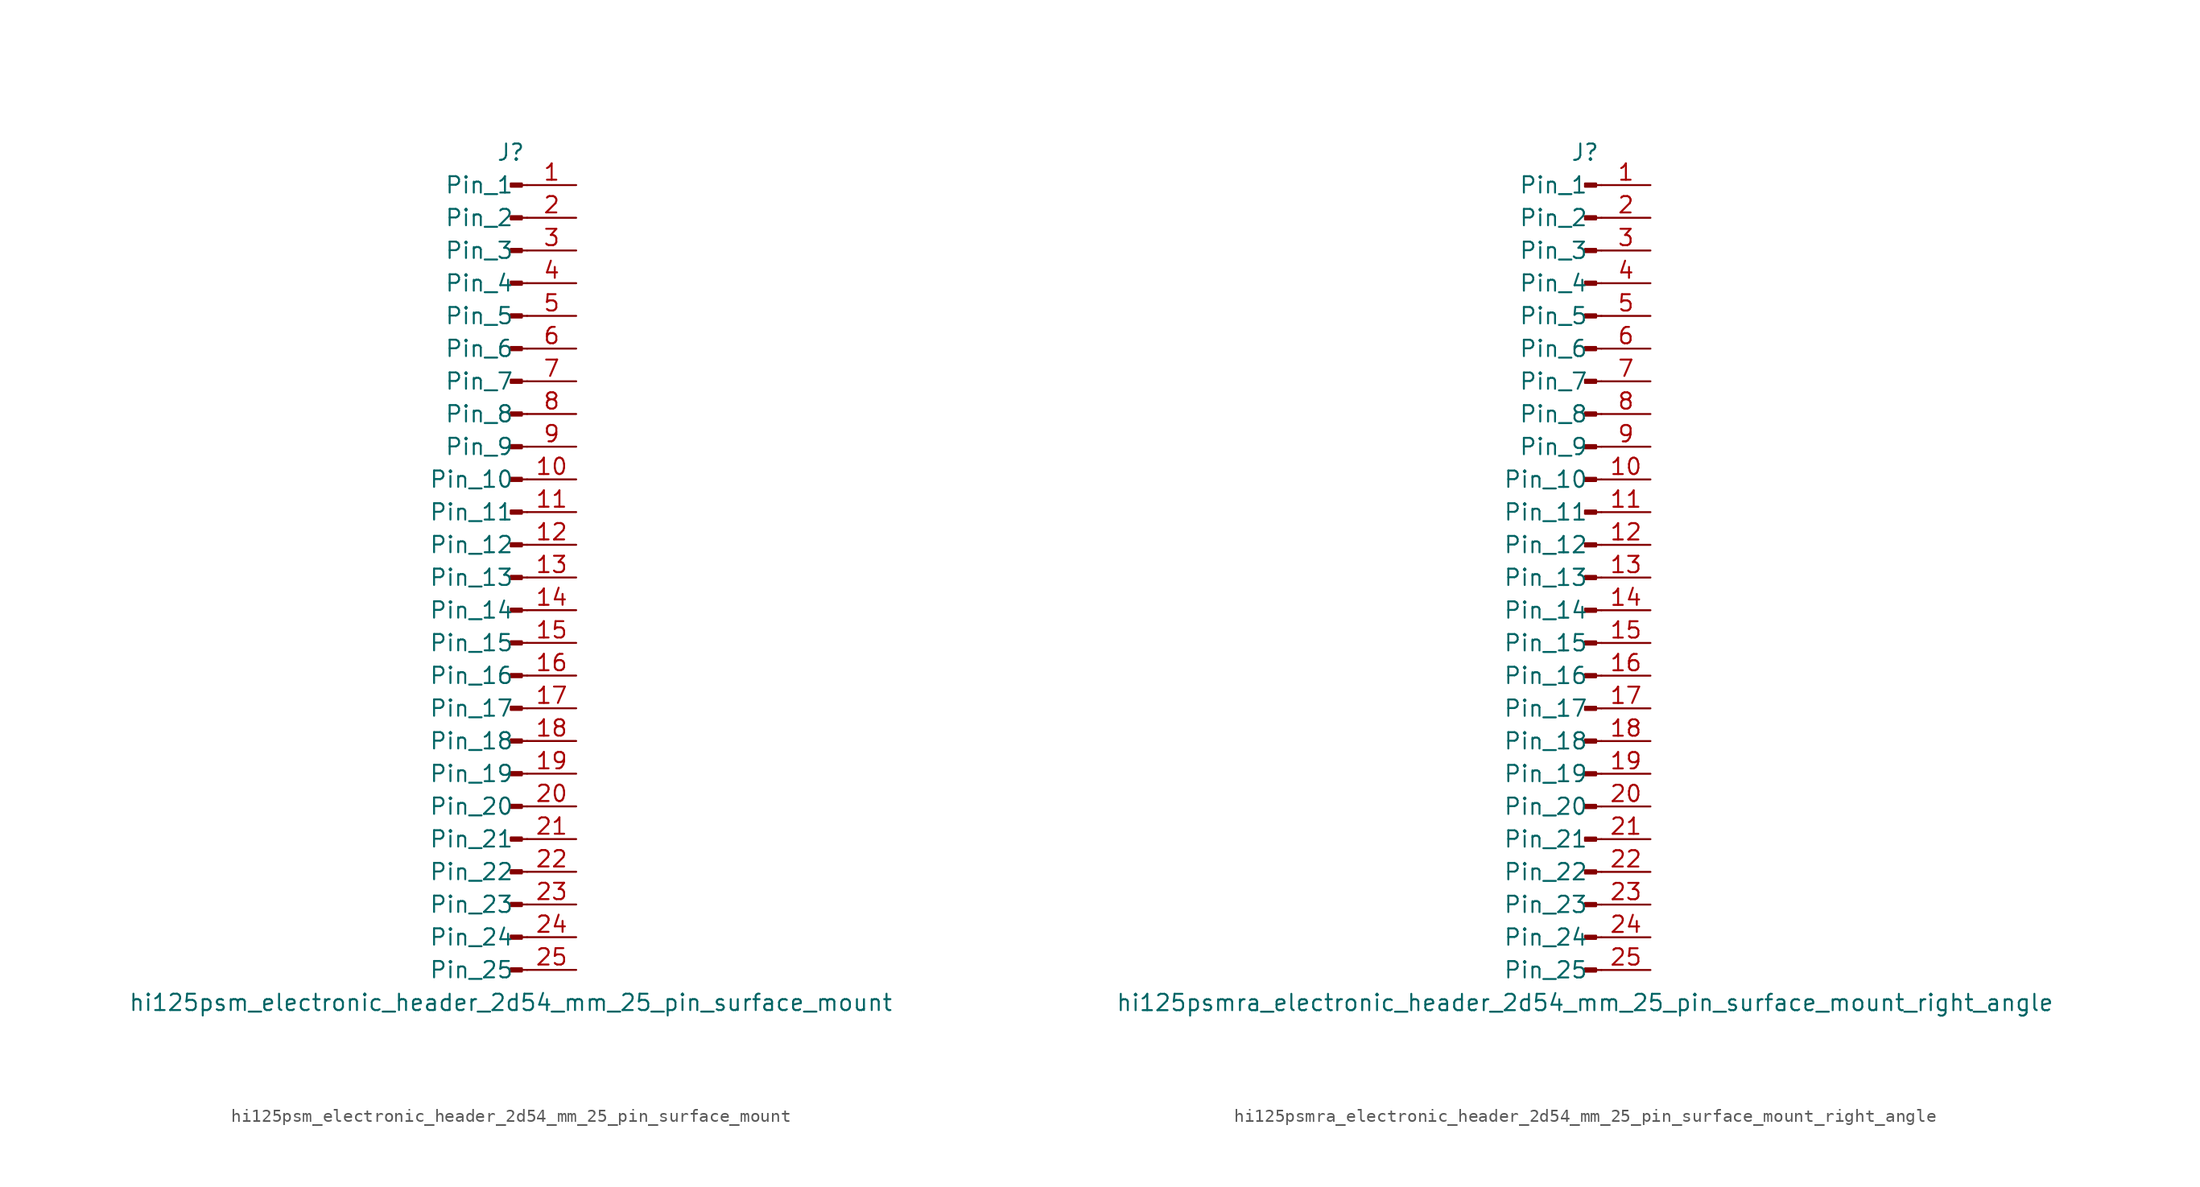
<source format=kicad_sym>
(kicad_symbol_lib
  (version 20220914)
  (generator kicad_symbol_editor)
  (symbol "hi125psm_electronic_header_2d54_mm_25_pin_surface_mount"
    (pin_names
      (offset 1.016))
    (property "Reference" "J"
      (at 0 33.02 0)
      (effects (font (size 1.27 1.27))))
    (property "Value" "hi125psm_electronic_header_2d54_mm_25_pin_surface_mount"
      (at 0 -33.02 0)
      (effects (font (size 1.27 1.27))))
    (property "ki_locked" ""
      (at 0 0 0)
      (effects (font (size 1.27 1.27))))
    (symbol "hi125psm_electronic_header_2d54_mm_25_pin_surface_mount_1_1"
      (polyline (pts (xy 1.27 -30.48) (xy 0.864 -30.48)) (stroke (width 0.152) (type default)) (fill (type none)))
      (polyline (pts (xy 1.27 -27.94) (xy 0.864 -27.94)) (stroke (width 0.152) (type default)) (fill (type none)))
      (polyline (pts (xy 1.27 -25.4) (xy 0.864 -25.4)) (stroke (width 0.152) (type default)) (fill (type none)))
      (polyline (pts (xy 1.27 -22.86) (xy 0.864 -22.86)) (stroke (width 0.152) (type default)) (fill (type none)))
      (polyline (pts (xy 1.27 -20.32) (xy 0.864 -20.32)) (stroke (width 0.152) (type default)) (fill (type none)))
      (polyline (pts (xy 1.27 -17.78) (xy 0.864 -17.78)) (stroke (width 0.152) (type default)) (fill (type none)))
      (polyline (pts (xy 1.27 -15.24) (xy 0.864 -15.24)) (stroke (width 0.152) (type default)) (fill (type none)))
      (polyline (pts (xy 1.27 -12.7) (xy 0.864 -12.7)) (stroke (width 0.152) (type default)) (fill (type none)))
      (polyline (pts (xy 1.27 -10.16) (xy 0.864 -10.16)) (stroke (width 0.152) (type default)) (fill (type none)))
      (polyline (pts (xy 1.27 -7.62) (xy 0.864 -7.62)) (stroke (width 0.152) (type default)) (fill (type none)))
      (polyline (pts (xy 1.27 -5.08) (xy 0.864 -5.08)) (stroke (width 0.152) (type default)) (fill (type none)))
      (polyline (pts (xy 1.27 -2.54) (xy 0.864 -2.54)) (stroke (width 0.152) (type default)) (fill (type none)))
      (polyline (pts (xy 1.27 0) (xy 0.864 0)) (stroke (width 0.152) (type default)) (fill (type none)))
      (polyline (pts (xy 1.27 2.54) (xy 0.864 2.54)) (stroke (width 0.152) (type default)) (fill (type none)))
      (polyline (pts (xy 1.27 5.08) (xy 0.864 5.08)) (stroke (width 0.152) (type default)) (fill (type none)))
      (polyline (pts (xy 1.27 7.62) (xy 0.864 7.62)) (stroke (width 0.152) (type default)) (fill (type none)))
      (polyline (pts (xy 1.27 10.16) (xy 0.864 10.16)) (stroke (width 0.152) (type default)) (fill (type none)))
      (polyline (pts (xy 1.27 12.7) (xy 0.864 12.7)) (stroke (width 0.152) (type default)) (fill (type none)))
      (polyline (pts (xy 1.27 15.24) (xy 0.864 15.24)) (stroke (width 0.152) (type default)) (fill (type none)))
      (polyline (pts (xy 1.27 17.78) (xy 0.864 17.78)) (stroke (width 0.152) (type default)) (fill (type none)))
      (polyline (pts (xy 1.27 20.32) (xy 0.864 20.32)) (stroke (width 0.152) (type default)) (fill (type none)))
      (polyline (pts (xy 1.27 22.86) (xy 0.864 22.86)) (stroke (width 0.152) (type default)) (fill (type none)))
      (polyline (pts (xy 1.27 25.4) (xy 0.864 25.4)) (stroke (width 0.152) (type default)) (fill (type none)))
      (polyline (pts (xy 1.27 27.94) (xy 0.864 27.94)) (stroke (width 0.152) (type default)) (fill (type none)))
      (polyline (pts (xy 1.27 30.48) (xy 0.864 30.48)) (stroke (width 0.152) (type default)) (fill (type none)))
      (rectangle (start 0.864 -30.353) (end 0 -30.607) (stroke (width 0.152) (type default)) (fill (type outline)))
      (rectangle (start 0.864 -27.813) (end 0 -28.067) (stroke (width 0.152) (type default)) (fill (type outline)))
      (rectangle (start 0.864 -25.273) (end 0 -25.527) (stroke (width 0.152) (type default)) (fill (type outline)))
      (rectangle (start 0.864 -22.733) (end 0 -22.987) (stroke (width 0.152) (type default)) (fill (type outline)))
      (rectangle (start 0.864 -20.193) (end 0 -20.447) (stroke (width 0.152) (type default)) (fill (type outline)))
      (rectangle (start 0.864 -17.653) (end 0 -17.907) (stroke (width 0.152) (type default)) (fill (type outline)))
      (rectangle (start 0.864 -15.113) (end 0 -15.367) (stroke (width 0.152) (type default)) (fill (type outline)))
      (rectangle (start 0.864 -12.573) (end 0 -12.827) (stroke (width 0.152) (type default)) (fill (type outline)))
      (rectangle (start 0.864 -10.033) (end 0 -10.287) (stroke (width 0.152) (type default)) (fill (type outline)))
      (rectangle (start 0.864 -7.493) (end 0 -7.747) (stroke (width 0.152) (type default)) (fill (type outline)))
      (rectangle (start 0.864 -4.953) (end 0 -5.207) (stroke (width 0.152) (type default)) (fill (type outline)))
      (rectangle (start 0.864 -2.413) (end 0 -2.667) (stroke (width 0.152) (type default)) (fill (type outline)))
      (rectangle (start 0.864 0.127) (end 0 -0.127) (stroke (width 0.152) (type default)) (fill (type outline)))
      (rectangle (start 0.864 2.667) (end 0 2.413) (stroke (width 0.152) (type default)) (fill (type outline)))
      (rectangle (start 0.864 5.207) (end 0 4.953) (stroke (width 0.152) (type default)) (fill (type outline)))
      (rectangle (start 0.864 7.747) (end 0 7.493) (stroke (width 0.152) (type default)) (fill (type outline)))
      (rectangle (start 0.864 10.287) (end 0 10.033) (stroke (width 0.152) (type default)) (fill (type outline)))
      (rectangle (start 0.864 12.827) (end 0 12.573) (stroke (width 0.152) (type default)) (fill (type outline)))
      (rectangle (start 0.864 15.367) (end 0 15.113) (stroke (width 0.152) (type default)) (fill (type outline)))
      (rectangle (start 0.864 17.907) (end 0 17.653) (stroke (width 0.152) (type default)) (fill (type outline)))
      (rectangle (start 0.864 20.447) (end 0 20.193) (stroke (width 0.152) (type default)) (fill (type outline)))
      (rectangle (start 0.864 22.987) (end 0 22.733) (stroke (width 0.152) (type default)) (fill (type outline)))
      (rectangle (start 0.864 25.527) (end 0 25.273) (stroke (width 0.152) (type default)) (fill (type outline)))
      (rectangle (start 0.864 28.067) (end 0 27.813) (stroke (width 0.152) (type default)) (fill (type outline)))
      (rectangle (start 0.864 30.607) (end 0 30.353) (stroke (width 0.152) (type default)) (fill (type outline)))
      (pin passive line (at 5.08 30.48 180) (length 3.81) (name "Pin_1" (effects (font (size 1.27 1.27)))) (number "1" (effects (font (size 1.27 1.27)))))
      (pin passive line (at 5.08 7.62 180) (length 3.81) (name "Pin_10" (effects (font (size 1.27 1.27)))) (number "10" (effects (font (size 1.27 1.27)))))
      (pin passive line (at 5.08 5.08 180) (length 3.81) (name "Pin_11" (effects (font (size 1.27 1.27)))) (number "11" (effects (font (size 1.27 1.27)))))
      (pin passive line (at 5.08 2.54 180) (length 3.81) (name "Pin_12" (effects (font (size 1.27 1.27)))) (number "12" (effects (font (size 1.27 1.27)))))
      (pin passive line (at 5.08 0 180) (length 3.81) (name "Pin_13" (effects (font (size 1.27 1.27)))) (number "13" (effects (font (size 1.27 1.27)))))
      (pin passive line (at 5.08 -2.54 180) (length 3.81) (name "Pin_14" (effects (font (size 1.27 1.27)))) (number "14" (effects (font (size 1.27 1.27)))))
      (pin passive line (at 5.08 -5.08 180) (length 3.81) (name "Pin_15" (effects (font (size 1.27 1.27)))) (number "15" (effects (font (size 1.27 1.27)))))
      (pin passive line (at 5.08 -7.62 180) (length 3.81) (name "Pin_16" (effects (font (size 1.27 1.27)))) (number "16" (effects (font (size 1.27 1.27)))))
      (pin passive line (at 5.08 -10.16 180) (length 3.81) (name "Pin_17" (effects (font (size 1.27 1.27)))) (number "17" (effects (font (size 1.27 1.27)))))
      (pin passive line (at 5.08 -12.7 180) (length 3.81) (name "Pin_18" (effects (font (size 1.27 1.27)))) (number "18" (effects (font (size 1.27 1.27)))))
      (pin passive line (at 5.08 -15.24 180) (length 3.81) (name "Pin_19" (effects (font (size 1.27 1.27)))) (number "19" (effects (font (size 1.27 1.27)))))
      (pin passive line (at 5.08 27.94 180) (length 3.81) (name "Pin_2" (effects (font (size 1.27 1.27)))) (number "2" (effects (font (size 1.27 1.27)))))
      (pin passive line (at 5.08 -17.78 180) (length 3.81) (name "Pin_20" (effects (font (size 1.27 1.27)))) (number "20" (effects (font (size 1.27 1.27)))))
      (pin passive line (at 5.08 -20.32 180) (length 3.81) (name "Pin_21" (effects (font (size 1.27 1.27)))) (number "21" (effects (font (size 1.27 1.27)))))
      (pin passive line (at 5.08 -22.86 180) (length 3.81) (name "Pin_22" (effects (font (size 1.27 1.27)))) (number "22" (effects (font (size 1.27 1.27)))))
      (pin passive line (at 5.08 -25.4 180) (length 3.81) (name "Pin_23" (effects (font (size 1.27 1.27)))) (number "23" (effects (font (size 1.27 1.27)))))
      (pin passive line (at 5.08 -27.94 180) (length 3.81) (name "Pin_24" (effects (font (size 1.27 1.27)))) (number "24" (effects (font (size 1.27 1.27)))))
      (pin passive line (at 5.08 -30.48 180) (length 3.81) (name "Pin_25" (effects (font (size 1.27 1.27)))) (number "25" (effects (font (size 1.27 1.27)))))
      (pin passive line (at 5.08 25.4 180) (length 3.81) (name "Pin_3" (effects (font (size 1.27 1.27)))) (number "3" (effects (font (size 1.27 1.27)))))
      (pin passive line (at 5.08 22.86 180) (length 3.81) (name "Pin_4" (effects (font (size 1.27 1.27)))) (number "4" (effects (font (size 1.27 1.27)))))
      (pin passive line (at 5.08 20.32 180) (length 3.81) (name "Pin_5" (effects (font (size 1.27 1.27)))) (number "5" (effects (font (size 1.27 1.27)))))
      (pin passive line (at 5.08 17.78 180) (length 3.81) (name "Pin_6" (effects (font (size 1.27 1.27)))) (number "6" (effects (font (size 1.27 1.27)))))
      (pin passive line (at 5.08 15.24 180) (length 3.81) (name "Pin_7" (effects (font (size 1.27 1.27)))) (number "7" (effects (font (size 1.27 1.27)))))
      (pin passive line (at 5.08 12.7 180) (length 3.81) (name "Pin_8" (effects (font (size 1.27 1.27)))) (number "8" (effects (font (size 1.27 1.27)))))
      (pin passive line (at 5.08 10.16 180) (length 3.81) (name "Pin_9" (effects (font (size 1.27 1.27)))) (number "9" (effects (font (size 1.27 1.27)))))))
  (symbol "hi125psmra_electronic_header_2d54_mm_25_pin_surface_mount_right_angle"
    (pin_names
      (offset 1.016))
    (property "Reference" "J"
      (at 0 33.02 0)
      (effects (font (size 1.27 1.27))))
    (property "Value" "hi125psmra_electronic_header_2d54_mm_25_pin_surface_mount_right_angle"
      (at 0 -33.02 0)
      (effects (font (size 1.27 1.27))))
    (property "ki_locked" ""
      (at 0 0 0)
      (effects (font (size 1.27 1.27))))
    (symbol "hi125psmra_electronic_header_2d54_mm_25_pin_surface_mount_right_angle_1_1"
      (polyline (pts (xy 1.27 -30.48) (xy 0.864 -30.48)) (stroke (width 0.152) (type default)) (fill (type none)))
      (polyline (pts (xy 1.27 -27.94) (xy 0.864 -27.94)) (stroke (width 0.152) (type default)) (fill (type none)))
      (polyline (pts (xy 1.27 -25.4) (xy 0.864 -25.4)) (stroke (width 0.152) (type default)) (fill (type none)))
      (polyline (pts (xy 1.27 -22.86) (xy 0.864 -22.86)) (stroke (width 0.152) (type default)) (fill (type none)))
      (polyline (pts (xy 1.27 -20.32) (xy 0.864 -20.32)) (stroke (width 0.152) (type default)) (fill (type none)))
      (polyline (pts (xy 1.27 -17.78) (xy 0.864 -17.78)) (stroke (width 0.152) (type default)) (fill (type none)))
      (polyline (pts (xy 1.27 -15.24) (xy 0.864 -15.24)) (stroke (width 0.152) (type default)) (fill (type none)))
      (polyline (pts (xy 1.27 -12.7) (xy 0.864 -12.7)) (stroke (width 0.152) (type default)) (fill (type none)))
      (polyline (pts (xy 1.27 -10.16) (xy 0.864 -10.16)) (stroke (width 0.152) (type default)) (fill (type none)))
      (polyline (pts (xy 1.27 -7.62) (xy 0.864 -7.62)) (stroke (width 0.152) (type default)) (fill (type none)))
      (polyline (pts (xy 1.27 -5.08) (xy 0.864 -5.08)) (stroke (width 0.152) (type default)) (fill (type none)))
      (polyline (pts (xy 1.27 -2.54) (xy 0.864 -2.54)) (stroke (width 0.152) (type default)) (fill (type none)))
      (polyline (pts (xy 1.27 0) (xy 0.864 0)) (stroke (width 0.152) (type default)) (fill (type none)))
      (polyline (pts (xy 1.27 2.54) (xy 0.864 2.54)) (stroke (width 0.152) (type default)) (fill (type none)))
      (polyline (pts (xy 1.27 5.08) (xy 0.864 5.08)) (stroke (width 0.152) (type default)) (fill (type none)))
      (polyline (pts (xy 1.27 7.62) (xy 0.864 7.62)) (stroke (width 0.152) (type default)) (fill (type none)))
      (polyline (pts (xy 1.27 10.16) (xy 0.864 10.16)) (stroke (width 0.152) (type default)) (fill (type none)))
      (polyline (pts (xy 1.27 12.7) (xy 0.864 12.7)) (stroke (width 0.152) (type default)) (fill (type none)))
      (polyline (pts (xy 1.27 15.24) (xy 0.864 15.24)) (stroke (width 0.152) (type default)) (fill (type none)))
      (polyline (pts (xy 1.27 17.78) (xy 0.864 17.78)) (stroke (width 0.152) (type default)) (fill (type none)))
      (polyline (pts (xy 1.27 20.32) (xy 0.864 20.32)) (stroke (width 0.152) (type default)) (fill (type none)))
      (polyline (pts (xy 1.27 22.86) (xy 0.864 22.86)) (stroke (width 0.152) (type default)) (fill (type none)))
      (polyline (pts (xy 1.27 25.4) (xy 0.864 25.4)) (stroke (width 0.152) (type default)) (fill (type none)))
      (polyline (pts (xy 1.27 27.94) (xy 0.864 27.94)) (stroke (width 0.152) (type default)) (fill (type none)))
      (polyline (pts (xy 1.27 30.48) (xy 0.864 30.48)) (stroke (width 0.152) (type default)) (fill (type none)))
      (rectangle (start 0.864 -30.353) (end 0 -30.607) (stroke (width 0.152) (type default)) (fill (type outline)))
      (rectangle (start 0.864 -27.813) (end 0 -28.067) (stroke (width 0.152) (type default)) (fill (type outline)))
      (rectangle (start 0.864 -25.273) (end 0 -25.527) (stroke (width 0.152) (type default)) (fill (type outline)))
      (rectangle (start 0.864 -22.733) (end 0 -22.987) (stroke (width 0.152) (type default)) (fill (type outline)))
      (rectangle (start 0.864 -20.193) (end 0 -20.447) (stroke (width 0.152) (type default)) (fill (type outline)))
      (rectangle (start 0.864 -17.653) (end 0 -17.907) (stroke (width 0.152) (type default)) (fill (type outline)))
      (rectangle (start 0.864 -15.113) (end 0 -15.367) (stroke (width 0.152) (type default)) (fill (type outline)))
      (rectangle (start 0.864 -12.573) (end 0 -12.827) (stroke (width 0.152) (type default)) (fill (type outline)))
      (rectangle (start 0.864 -10.033) (end 0 -10.287) (stroke (width 0.152) (type default)) (fill (type outline)))
      (rectangle (start 0.864 -7.493) (end 0 -7.747) (stroke (width 0.152) (type default)) (fill (type outline)))
      (rectangle (start 0.864 -4.953) (end 0 -5.207) (stroke (width 0.152) (type default)) (fill (type outline)))
      (rectangle (start 0.864 -2.413) (end 0 -2.667) (stroke (width 0.152) (type default)) (fill (type outline)))
      (rectangle (start 0.864 0.127) (end 0 -0.127) (stroke (width 0.152) (type default)) (fill (type outline)))
      (rectangle (start 0.864 2.667) (end 0 2.413) (stroke (width 0.152) (type default)) (fill (type outline)))
      (rectangle (start 0.864 5.207) (end 0 4.953) (stroke (width 0.152) (type default)) (fill (type outline)))
      (rectangle (start 0.864 7.747) (end 0 7.493) (stroke (width 0.152) (type default)) (fill (type outline)))
      (rectangle (start 0.864 10.287) (end 0 10.033) (stroke (width 0.152) (type default)) (fill (type outline)))
      (rectangle (start 0.864 12.827) (end 0 12.573) (stroke (width 0.152) (type default)) (fill (type outline)))
      (rectangle (start 0.864 15.367) (end 0 15.113) (stroke (width 0.152) (type default)) (fill (type outline)))
      (rectangle (start 0.864 17.907) (end 0 17.653) (stroke (width 0.152) (type default)) (fill (type outline)))
      (rectangle (start 0.864 20.447) (end 0 20.193) (stroke (width 0.152) (type default)) (fill (type outline)))
      (rectangle (start 0.864 22.987) (end 0 22.733) (stroke (width 0.152) (type default)) (fill (type outline)))
      (rectangle (start 0.864 25.527) (end 0 25.273) (stroke (width 0.152) (type default)) (fill (type outline)))
      (rectangle (start 0.864 28.067) (end 0 27.813) (stroke (width 0.152) (type default)) (fill (type outline)))
      (rectangle (start 0.864 30.607) (end 0 30.353) (stroke (width 0.152) (type default)) (fill (type outline)))
      (pin passive line (at 5.08 30.48 180) (length 3.81) (name "Pin_1" (effects (font (size 1.27 1.27)))) (number "1" (effects (font (size 1.27 1.27)))))
      (pin passive line (at 5.08 7.62 180) (length 3.81) (name "Pin_10" (effects (font (size 1.27 1.27)))) (number "10" (effects (font (size 1.27 1.27)))))
      (pin passive line (at 5.08 5.08 180) (length 3.81) (name "Pin_11" (effects (font (size 1.27 1.27)))) (number "11" (effects (font (size 1.27 1.27)))))
      (pin passive line (at 5.08 2.54 180) (length 3.81) (name "Pin_12" (effects (font (size 1.27 1.27)))) (number "12" (effects (font (size 1.27 1.27)))))
      (pin passive line (at 5.08 0 180) (length 3.81) (name "Pin_13" (effects (font (size 1.27 1.27)))) (number "13" (effects (font (size 1.27 1.27)))))
      (pin passive line (at 5.08 -2.54 180) (length 3.81) (name "Pin_14" (effects (font (size 1.27 1.27)))) (number "14" (effects (font (size 1.27 1.27)))))
      (pin passive line (at 5.08 -5.08 180) (length 3.81) (name "Pin_15" (effects (font (size 1.27 1.27)))) (number "15" (effects (font (size 1.27 1.27)))))
      (pin passive line (at 5.08 -7.62 180) (length 3.81) (name "Pin_16" (effects (font (size 1.27 1.27)))) (number "16" (effects (font (size 1.27 1.27)))))
      (pin passive line (at 5.08 -10.16 180) (length 3.81) (name "Pin_17" (effects (font (size 1.27 1.27)))) (number "17" (effects (font (size 1.27 1.27)))))
      (pin passive line (at 5.08 -12.7 180) (length 3.81) (name "Pin_18" (effects (font (size 1.27 1.27)))) (number "18" (effects (font (size 1.27 1.27)))))
      (pin passive line (at 5.08 -15.24 180) (length 3.81) (name "Pin_19" (effects (font (size 1.27 1.27)))) (number "19" (effects (font (size 1.27 1.27)))))
      (pin passive line (at 5.08 27.94 180) (length 3.81) (name "Pin_2" (effects (font (size 1.27 1.27)))) (number "2" (effects (font (size 1.27 1.27)))))
      (pin passive line (at 5.08 -17.78 180) (length 3.81) (name "Pin_20" (effects (font (size 1.27 1.27)))) (number "20" (effects (font (size 1.27 1.27)))))
      (pin passive line (at 5.08 -20.32 180) (length 3.81) (name "Pin_21" (effects (font (size 1.27 1.27)))) (number "21" (effects (font (size 1.27 1.27)))))
      (pin passive line (at 5.08 -22.86 180) (length 3.81) (name "Pin_22" (effects (font (size 1.27 1.27)))) (number "22" (effects (font (size 1.27 1.27)))))
      (pin passive line (at 5.08 -25.4 180) (length 3.81) (name "Pin_23" (effects (font (size 1.27 1.27)))) (number "23" (effects (font (size 1.27 1.27)))))
      (pin passive line (at 5.08 -27.94 180) (length 3.81) (name "Pin_24" (effects (font (size 1.27 1.27)))) (number "24" (effects (font (size 1.27 1.27)))))
      (pin passive line (at 5.08 -30.48 180) (length 3.81) (name "Pin_25" (effects (font (size 1.27 1.27)))) (number "25" (effects (font (size 1.27 1.27)))))
      (pin passive line (at 5.08 25.4 180) (length 3.81) (name "Pin_3" (effects (font (size 1.27 1.27)))) (number "3" (effects (font (size 1.27 1.27)))))
      (pin passive line (at 5.08 22.86 180) (length 3.81) (name "Pin_4" (effects (font (size 1.27 1.27)))) (number "4" (effects (font (size 1.27 1.27)))))
      (pin passive line (at 5.08 20.32 180) (length 3.81) (name "Pin_5" (effects (font (size 1.27 1.27)))) (number "5" (effects (font (size 1.27 1.27)))))
      (pin passive line (at 5.08 17.78 180) (length 3.81) (name "Pin_6" (effects (font (size 1.27 1.27)))) (number "6" (effects (font (size 1.27 1.27)))))
      (pin passive line (at 5.08 15.24 180) (length 3.81) (name "Pin_7" (effects (font (size 1.27 1.27)))) (number "7" (effects (font (size 1.27 1.27)))))
      (pin passive line (at 5.08 12.7 180) (length 3.81) (name "Pin_8" (effects (font (size 1.27 1.27)))) (number "8" (effects (font (size 1.27 1.27)))))
      (pin passive line (at 5.08 10.16 180) (length 3.81) (name "Pin_9" (effects (font (size 1.27 1.27)))) (number "9" (effects (font (size 1.27 1.27))))))))
</source>
